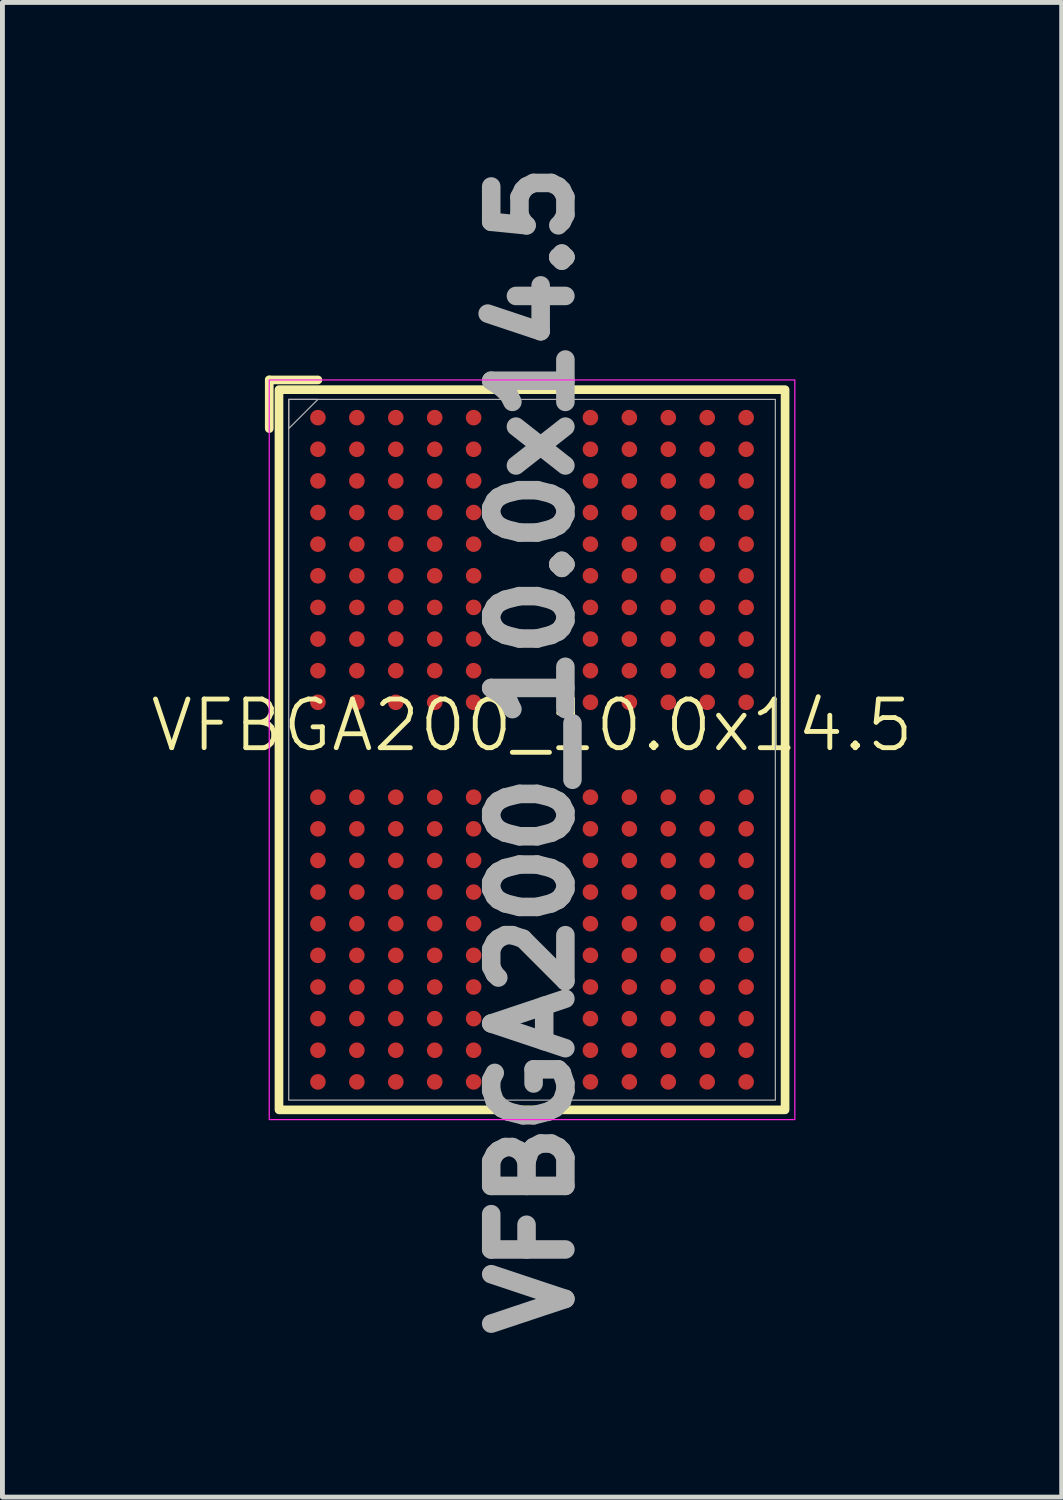
<source format=kicad_pcb>
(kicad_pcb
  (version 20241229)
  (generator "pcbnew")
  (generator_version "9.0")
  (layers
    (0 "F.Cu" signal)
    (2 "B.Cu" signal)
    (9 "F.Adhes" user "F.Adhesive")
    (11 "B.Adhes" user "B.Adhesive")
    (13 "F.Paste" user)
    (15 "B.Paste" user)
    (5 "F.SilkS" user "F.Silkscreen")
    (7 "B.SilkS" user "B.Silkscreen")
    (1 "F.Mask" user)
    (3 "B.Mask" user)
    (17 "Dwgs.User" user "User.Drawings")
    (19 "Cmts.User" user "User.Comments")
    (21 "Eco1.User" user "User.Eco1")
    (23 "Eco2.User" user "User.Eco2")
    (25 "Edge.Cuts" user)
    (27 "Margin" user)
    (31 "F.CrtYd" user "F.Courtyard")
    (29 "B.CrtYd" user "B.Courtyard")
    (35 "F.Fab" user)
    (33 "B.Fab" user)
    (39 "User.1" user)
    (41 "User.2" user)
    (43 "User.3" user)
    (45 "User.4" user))
  (footprint "VFBGA200_10.0x14.5"
    (layer "F.Cu")
    (at 7.883 12.357)
    (property "Reference" "VFBGA200_10.0x14.5" (at 0 -0.5 0) (unlocked yes) (layer "F.SilkS") (effects (font (size 1 1) (thickness 0.1))))
    (attr smd)
    (fp_line (start -5.4 -7.6) (end -5.4 -6.6) (stroke (width 0.178) (type default)) (layer "F.SilkS"))
    (fp_line (start -5.4 -7.6) (end -4.4 -7.6) (stroke (width 0.178) (type default)) (layer "F.SilkS"))
    (fp_rect (start -5.2 -7.4) (end 5.2 7.4) (stroke (width 0.178) (type default)) (fill no) (layer "F.SilkS"))
    (fp_rect (start -5.4 -7.6) (end 5.4 7.6) (stroke (width 0.025) (type default)) (fill no) (layer "F.CrtYd"))
    (fp_rect (start -5 -7.2) (end 5 7.2) (stroke (width 0.025) (type solid)) (fill no) (layer "F.Fab"))
    (fp_poly (pts (xy -5 -7.2) (xy -5 -6.6) (xy -4.4 -7.2)) (stroke (width 0.025) (type solid)) (fill no) (layer "F.Fab"))
    (fp_text user "${REFERENCE}" (at 0 0 90) (unlocked yes) (layer "F.Fab") (effects (font (size 1.524 1.524) (thickness 0.381) (bold yes))))
    (pad "A1" smd circle (at -4.4 -6.825) (size 0.32 0.32) (layers "F.Cu" "F.Mask" "F.Paste"))
    (pad "A2" smd circle (at -3.6 -6.825) (size 0.32 0.32) (layers "F.Cu" "F.Mask" "F.Paste"))
    (pad "A3" smd circle (at -2.8 -6.825) (size 0.32 0.32) (layers "F.Cu" "F.Mask" "F.Paste"))
    (pad "A4" smd circle (at -2 -6.825) (size 0.32 0.32) (layers "F.Cu" "F.Mask" "F.Paste"))
    (pad "A5" smd circle (at -1.2 -6.825) (size 0.32 0.32) (layers "F.Cu" "F.Mask" "F.Paste"))
    (pad "A8" smd circle (at 1.2 -6.825) (size 0.32 0.32) (layers "F.Cu" "F.Mask" "F.Paste"))
    (pad "A9" smd circle (at 2 -6.825) (size 0.32 0.32) (layers "F.Cu" "F.Mask" "F.Paste"))
    (pad "A10" smd circle (at 2.8 -6.825) (size 0.32 0.32) (layers "F.Cu" "F.Mask" "F.Paste"))
    (pad "A11" smd circle (at 3.6 -6.825) (size 0.32 0.32) (layers "F.Cu" "F.Mask" "F.Paste"))
    (pad "A12" smd circle (at 4.4 -6.825) (size 0.32 0.32) (layers "F.Cu" "F.Mask" "F.Paste"))
    (pad "AA1" smd circle (at -4.4 6.175) (size 0.32 0.32) (layers "F.Cu" "F.Mask" "F.Paste"))
    (pad "AA2" smd circle (at -3.6 6.175) (size 0.32 0.32) (layers "F.Cu" "F.Mask" "F.Paste"))
    (pad "AA3" smd circle (at -2.8 6.175) (size 0.32 0.32) (layers "F.Cu" "F.Mask" "F.Paste"))
    (pad "AA4" smd circle (at -2 6.175) (size 0.32 0.32) (layers "F.Cu" "F.Mask" "F.Paste"))
    (pad "AA5" smd circle (at -1.2 6.175) (size 0.32 0.32) (layers "F.Cu" "F.Mask" "F.Paste"))
    (pad "AA8" smd circle (at 1.2 6.175) (size 0.32 0.32) (layers "F.Cu" "F.Mask" "F.Paste"))
    (pad "AA9" smd circle (at 2 6.175) (size 0.32 0.32) (layers "F.Cu" "F.Mask" "F.Paste"))
    (pad "AA10" smd circle (at 2.8 6.175) (size 0.32 0.32) (layers "F.Cu" "F.Mask" "F.Paste"))
    (pad "AA11" smd circle (at 3.6 6.175) (size 0.32 0.32) (layers "F.Cu" "F.Mask" "F.Paste"))
    (pad "AA12" smd circle (at 4.4 6.175) (size 0.32 0.32) (layers "F.Cu" "F.Mask" "F.Paste"))
    (pad "AB1" smd circle (at -4.4 6.825) (size 0.32 0.32) (layers "F.Cu" "F.Mask" "F.Paste"))
    (pad "AB2" smd circle (at -3.6 6.825) (size 0.32 0.32) (layers "F.Cu" "F.Mask" "F.Paste"))
    (pad "AB3" smd circle (at -2.8 6.825) (size 0.32 0.32) (layers "F.Cu" "F.Mask" "F.Paste"))
    (pad "AB4" smd circle (at -2 6.825) (size 0.32 0.32) (layers "F.Cu" "F.Mask" "F.Paste"))
    (pad "AB5" smd circle (at -1.2 6.825) (size 0.32 0.32) (layers "F.Cu" "F.Mask" "F.Paste"))
    (pad "AB8" smd circle (at 1.2 6.825) (size 0.32 0.32) (layers "F.Cu" "F.Mask" "F.Paste"))
    (pad "AB9" smd circle (at 2 6.825) (size 0.32 0.32) (layers "F.Cu" "F.Mask" "F.Paste"))
    (pad "AB10" smd circle (at 2.8 6.825) (size 0.32 0.32) (layers "F.Cu" "F.Mask" "F.Paste"))
    (pad "AB11" smd circle (at 3.6 6.825) (size 0.32 0.32) (layers "F.Cu" "F.Mask" "F.Paste"))
    (pad "AB12" smd circle (at 4.4 6.825) (size 0.32 0.32) (layers "F.Cu" "F.Mask" "F.Paste"))
    (pad "B1" smd circle (at -4.4 -6.175) (size 0.32 0.32) (layers "F.Cu" "F.Mask" "F.Paste"))
    (pad "B2" smd circle (at -3.6 -6.175) (size 0.32 0.32) (layers "F.Cu" "F.Mask" "F.Paste"))
    (pad "B3" smd circle (at -2.8 -6.175) (size 0.32 0.32) (layers "F.Cu" "F.Mask" "F.Paste"))
    (pad "B4" smd circle (at -2 -6.175) (size 0.32 0.32) (layers "F.Cu" "F.Mask" "F.Paste"))
    (pad "B5" smd circle (at -1.2 -6.175) (size 0.32 0.32) (layers "F.Cu" "F.Mask" "F.Paste"))
    (pad "B8" smd circle (at 1.2 -6.175) (size 0.32 0.32) (layers "F.Cu" "F.Mask" "F.Paste"))
    (pad "B9" smd circle (at 2 -6.175) (size 0.32 0.32) (layers "F.Cu" "F.Mask" "F.Paste"))
    (pad "B10" smd circle (at 2.8 -6.175) (size 0.32 0.32) (layers "F.Cu" "F.Mask" "F.Paste"))
    (pad "B11" smd circle (at 3.6 -6.175) (size 0.32 0.32) (layers "F.Cu" "F.Mask" "F.Paste"))
    (pad "B12" smd circle (at 4.4 -6.175) (size 0.32 0.32) (layers "F.Cu" "F.Mask" "F.Paste"))
    (pad "C1" smd circle (at -4.4 -5.525) (size 0.32 0.32) (layers "F.Cu" "F.Mask" "F.Paste"))
    (pad "C2" smd circle (at -3.6 -5.525) (size 0.32 0.32) (layers "F.Cu" "F.Mask" "F.Paste"))
    (pad "C3" smd circle (at -2.8 -5.525) (size 0.32 0.32) (layers "F.Cu" "F.Mask" "F.Paste"))
    (pad "C4" smd circle (at -2 -5.525) (size 0.32 0.32) (layers "F.Cu" "F.Mask" "F.Paste"))
    (pad "C5" smd circle (at -1.2 -5.525) (size 0.32 0.32) (layers "F.Cu" "F.Mask" "F.Paste"))
    (pad "C8" smd circle (at 1.2 -5.525) (size 0.32 0.32) (layers "F.Cu" "F.Mask" "F.Paste"))
    (pad "C9" smd circle (at 2 -5.525) (size 0.32 0.32) (layers "F.Cu" "F.Mask" "F.Paste"))
    (pad "C10" smd circle (at 2.8 -5.525) (size 0.32 0.32) (layers "F.Cu" "F.Mask" "F.Paste"))
    (pad "C11" smd circle (at 3.6 -5.525) (size 0.32 0.32) (layers "F.Cu" "F.Mask" "F.Paste"))
    (pad "C12" smd circle (at 4.4 -5.525) (size 0.32 0.32) (layers "F.Cu" "F.Mask" "F.Paste"))
    (pad "D1" smd circle (at -4.4 -4.875) (size 0.32 0.32) (layers "F.Cu" "F.Mask" "F.Paste"))
    (pad "D2" smd circle (at -3.6 -4.875) (size 0.32 0.32) (layers "F.Cu" "F.Mask" "F.Paste"))
    (pad "D3" smd circle (at -2.8 -4.875) (size 0.32 0.32) (layers "F.Cu" "F.Mask" "F.Paste"))
    (pad "D4" smd circle (at -2 -4.875) (size 0.32 0.32) (layers "F.Cu" "F.Mask" "F.Paste"))
    (pad "D5" smd circle (at -1.2 -4.875) (size 0.32 0.32) (layers "F.Cu" "F.Mask" "F.Paste"))
    (pad "D8" smd circle (at 1.2 -4.875) (size 0.32 0.32) (layers "F.Cu" "F.Mask" "F.Paste"))
    (pad "D9" smd circle (at 2 -4.875) (size 0.32 0.32) (layers "F.Cu" "F.Mask" "F.Paste"))
    (pad "D10" smd circle (at 2.8 -4.875) (size 0.32 0.32) (layers "F.Cu" "F.Mask" "F.Paste"))
    (pad "D11" smd circle (at 3.6 -4.875) (size 0.32 0.32) (layers "F.Cu" "F.Mask" "F.Paste"))
    (pad "D12" smd circle (at 4.4 -4.875) (size 0.32 0.32) (layers "F.Cu" "F.Mask" "F.Paste"))
    (pad "E1" smd circle (at -4.4 -4.225) (size 0.32 0.32) (layers "F.Cu" "F.Mask" "F.Paste"))
    (pad "E2" smd circle (at -3.6 -4.225) (size 0.32 0.32) (layers "F.Cu" "F.Mask" "F.Paste"))
    (pad "E3" smd circle (at -2.8 -4.225) (size 0.32 0.32) (layers "F.Cu" "F.Mask" "F.Paste"))
    (pad "E4" smd circle (at -2 -4.225) (size 0.32 0.32) (layers "F.Cu" "F.Mask" "F.Paste"))
    (pad "E5" smd circle (at -1.2 -4.225) (size 0.32 0.32) (layers "F.Cu" "F.Mask" "F.Paste"))
    (pad "E8" smd circle (at 1.2 -4.225) (size 0.32 0.32) (layers "F.Cu" "F.Mask" "F.Paste"))
    (pad "E9" smd circle (at 2 -4.225) (size 0.32 0.32) (layers "F.Cu" "F.Mask" "F.Paste"))
    (pad "E10" smd circle (at 2.8 -4.225) (size 0.32 0.32) (layers "F.Cu" "F.Mask" "F.Paste"))
    (pad "E11" smd circle (at 3.6 -4.225) (size 0.32 0.32) (layers "F.Cu" "F.Mask" "F.Paste"))
    (pad "E12" smd circle (at 4.4 -4.225) (size 0.32 0.32) (layers "F.Cu" "F.Mask" "F.Paste"))
    (pad "F1" smd circle (at -4.4 -3.575) (size 0.32 0.32) (layers "F.Cu" "F.Mask" "F.Paste"))
    (pad "F2" smd circle (at -3.6 -3.575) (size 0.32 0.32) (layers "F.Cu" "F.Mask" "F.Paste"))
    (pad "F3" smd circle (at -2.8 -3.575) (size 0.32 0.32) (layers "F.Cu" "F.Mask" "F.Paste"))
    (pad "F4" smd circle (at -2 -3.575) (size 0.32 0.32) (layers "F.Cu" "F.Mask" "F.Paste"))
    (pad "F5" smd circle (at -1.2 -3.575) (size 0.32 0.32) (layers "F.Cu" "F.Mask" "F.Paste"))
    (pad "F8" smd circle (at 1.2 -3.575) (size 0.32 0.32) (layers "F.Cu" "F.Mask" "F.Paste"))
    (pad "F9" smd circle (at 2 -3.575) (size 0.32 0.32) (layers "F.Cu" "F.Mask" "F.Paste"))
    (pad "F10" smd circle (at 2.8 -3.575) (size 0.32 0.32) (layers "F.Cu" "F.Mask" "F.Paste"))
    (pad "F11" smd circle (at 3.6 -3.575) (size 0.32 0.32) (layers "F.Cu" "F.Mask" "F.Paste"))
    (pad "F12" smd circle (at 4.4 -3.575) (size 0.32 0.32) (layers "F.Cu" "F.Mask" "F.Paste"))
    (pad "G1" smd circle (at -4.4 -2.925) (size 0.32 0.32) (layers "F.Cu" "F.Mask" "F.Paste"))
    (pad "G2" smd circle (at -3.6 -2.925) (size 0.32 0.32) (layers "F.Cu" "F.Mask" "F.Paste"))
    (pad "G3" smd circle (at -2.8 -2.925) (size 0.32 0.32) (layers "F.Cu" "F.Mask" "F.Paste"))
    (pad "G4" smd circle (at -2 -2.925) (size 0.32 0.32) (layers "F.Cu" "F.Mask" "F.Paste"))
    (pad "G5" smd circle (at -1.2 -2.925) (size 0.32 0.32) (layers "F.Cu" "F.Mask" "F.Paste"))
    (pad "G8" smd circle (at 1.2 -2.925) (size 0.32 0.32) (layers "F.Cu" "F.Mask" "F.Paste"))
    (pad "G9" smd circle (at 2 -2.925) (size 0.32 0.32) (layers "F.Cu" "F.Mask" "F.Paste"))
    (pad "G10" smd circle (at 2.8 -2.925) (size 0.32 0.32) (layers "F.Cu" "F.Mask" "F.Paste"))
    (pad "G11" smd circle (at 3.6 -2.925) (size 0.32 0.32) (layers "F.Cu" "F.Mask" "F.Paste"))
    (pad "G12" smd circle (at 4.4 -2.925) (size 0.32 0.32) (layers "F.Cu" "F.Mask" "F.Paste"))
    (pad "H1" smd circle (at -4.4 -2.275) (size 0.32 0.32) (layers "F.Cu" "F.Mask" "F.Paste"))
    (pad "H2" smd circle (at -3.6 -2.275) (size 0.32 0.32) (layers "F.Cu" "F.Mask" "F.Paste"))
    (pad "H3" smd circle (at -2.8 -2.275) (size 0.32 0.32) (layers "F.Cu" "F.Mask" "F.Paste"))
    (pad "H4" smd circle (at -2 -2.275) (size 0.32 0.32) (layers "F.Cu" "F.Mask" "F.Paste"))
    (pad "H5" smd circle (at -1.2 -2.275) (size 0.32 0.32) (layers "F.Cu" "F.Mask" "F.Paste"))
    (pad "H8" smd circle (at 1.2 -2.275) (size 0.32 0.32) (layers "F.Cu" "F.Mask" "F.Paste"))
    (pad "H9" smd circle (at 2 -2.275) (size 0.32 0.32) (layers "F.Cu" "F.Mask" "F.Paste"))
    (pad "H10" smd circle (at 2.8 -2.275) (size 0.32 0.32) (layers "F.Cu" "F.Mask" "F.Paste"))
    (pad "H11" smd circle (at 3.6 -2.275) (size 0.32 0.32) (layers "F.Cu" "F.Mask" "F.Paste"))
    (pad "H12" smd circle (at 4.4 -2.275) (size 0.32 0.32) (layers "F.Cu" "F.Mask" "F.Paste"))
    (pad "J1" smd circle (at -4.4 -1.625) (size 0.32 0.32) (layers "F.Cu" "F.Mask" "F.Paste"))
    (pad "J2" smd circle (at -3.6 -1.625) (size 0.32 0.32) (layers "F.Cu" "F.Mask" "F.Paste"))
    (pad "J3" smd circle (at -2.8 -1.625) (size 0.32 0.32) (layers "F.Cu" "F.Mask" "F.Paste"))
    (pad "J4" smd circle (at -2 -1.625) (size 0.32 0.32) (layers "F.Cu" "F.Mask" "F.Paste"))
    (pad "J5" smd circle (at -1.2 -1.625) (size 0.32 0.32) (layers "F.Cu" "F.Mask" "F.Paste"))
    (pad "J8" smd circle (at 1.2 -1.625) (size 0.32 0.32) (layers "F.Cu" "F.Mask" "F.Paste"))
    (pad "J9" smd circle (at 2 -1.625) (size 0.32 0.32) (layers "F.Cu" "F.Mask" "F.Paste"))
    (pad "J10" smd circle (at 2.8 -1.625) (size 0.32 0.32) (layers "F.Cu" "F.Mask" "F.Paste"))
    (pad "J11" smd circle (at 3.6 -1.625) (size 0.32 0.32) (layers "F.Cu" "F.Mask" "F.Paste"))
    (pad "J12" smd circle (at 4.4 -1.625) (size 0.32 0.32) (layers "F.Cu" "F.Mask" "F.Paste"))
    (pad "K1" smd circle (at -4.4 -0.975) (size 0.32 0.32) (layers "F.Cu" "F.Mask" "F.Paste"))
    (pad "K2" smd circle (at -3.6 -0.975) (size 0.32 0.32) (layers "F.Cu" "F.Mask" "F.Paste"))
    (pad "K3" smd circle (at -2.8 -0.975) (size 0.32 0.32) (layers "F.Cu" "F.Mask" "F.Paste"))
    (pad "K4" smd circle (at -2 -0.975) (size 0.32 0.32) (layers "F.Cu" "F.Mask" "F.Paste"))
    (pad "K5" smd circle (at -1.2 -0.975) (size 0.32 0.32) (layers "F.Cu" "F.Mask" "F.Paste"))
    (pad "K8" smd circle (at 1.2 -0.975) (size 0.32 0.32) (layers "F.Cu" "F.Mask" "F.Paste"))
    (pad "K9" smd circle (at 2 -0.975) (size 0.32 0.32) (layers "F.Cu" "F.Mask" "F.Paste"))
    (pad "K10" smd circle (at 2.8 -0.975) (size 0.32 0.32) (layers "F.Cu" "F.Mask" "F.Paste"))
    (pad "K11" smd circle (at 3.6 -0.975) (size 0.32 0.32) (layers "F.Cu" "F.Mask" "F.Paste"))
    (pad "K12" smd circle (at 4.4 -0.975) (size 0.32 0.32) (layers "F.Cu" "F.Mask" "F.Paste"))
    (pad "N1" smd circle (at -4.4 0.975) (size 0.32 0.32) (layers "F.Cu" "F.Mask" "F.Paste"))
    (pad "N2" smd circle (at -3.6 0.975) (size 0.32 0.32) (layers "F.Cu" "F.Mask" "F.Paste"))
    (pad "N3" smd circle (at -2.8 0.975) (size 0.32 0.32) (layers "F.Cu" "F.Mask" "F.Paste"))
    (pad "N4" smd circle (at -2 0.975) (size 0.32 0.32) (layers "F.Cu" "F.Mask" "F.Paste"))
    (pad "N5" smd circle (at -1.2 0.975) (size 0.32 0.32) (layers "F.Cu" "F.Mask" "F.Paste"))
    (pad "N8" smd circle (at 1.2 0.975) (size 0.32 0.32) (layers "F.Cu" "F.Mask" "F.Paste"))
    (pad "N9" smd circle (at 2 0.975) (size 0.32 0.32) (layers "F.Cu" "F.Mask" "F.Paste"))
    (pad "N10" smd circle (at 2.8 0.975) (size 0.32 0.32) (layers "F.Cu" "F.Mask" "F.Paste"))
    (pad "N11" smd circle (at 3.6 0.975) (size 0.32 0.32) (layers "F.Cu" "F.Mask" "F.Paste"))
    (pad "N12" smd circle (at 4.4 0.975) (size 0.32 0.32) (layers "F.Cu" "F.Mask" "F.Paste"))
    (pad "P1" smd circle (at -4.4 1.625) (size 0.32 0.32) (layers "F.Cu" "F.Mask" "F.Paste"))
    (pad "P2" smd circle (at -3.6 1.625) (size 0.32 0.32) (layers "F.Cu" "F.Mask" "F.Paste"))
    (pad "P3" smd circle (at -2.8 1.625) (size 0.32 0.32) (layers "F.Cu" "F.Mask" "F.Paste"))
    (pad "P4" smd circle (at -2 1.625) (size 0.32 0.32) (layers "F.Cu" "F.Mask" "F.Paste"))
    (pad "P5" smd circle (at -1.2 1.625) (size 0.32 0.32) (layers "F.Cu" "F.Mask" "F.Paste"))
    (pad "P8" smd circle (at 1.2 1.625) (size 0.32 0.32) (layers "F.Cu" "F.Mask" "F.Paste"))
    (pad "P9" smd circle (at 2 1.625) (size 0.32 0.32) (layers "F.Cu" "F.Mask" "F.Paste"))
    (pad "P10" smd circle (at 2.8 1.625) (size 0.32 0.32) (layers "F.Cu" "F.Mask" "F.Paste"))
    (pad "P11" smd circle (at 3.6 1.625) (size 0.32 0.32) (layers "F.Cu" "F.Mask" "F.Paste"))
    (pad "P12" smd circle (at 4.4 1.625) (size 0.32 0.32) (layers "F.Cu" "F.Mask" "F.Paste"))
    (pad "R1" smd circle (at -4.4 2.275) (size 0.32 0.32) (layers "F.Cu" "F.Mask" "F.Paste"))
    (pad "R2" smd circle (at -3.6 2.275) (size 0.32 0.32) (layers "F.Cu" "F.Mask" "F.Paste"))
    (pad "R3" smd circle (at -2.8 2.275) (size 0.32 0.32) (layers "F.Cu" "F.Mask" "F.Paste"))
    (pad "R4" smd circle (at -2 2.275) (size 0.32 0.32) (layers "F.Cu" "F.Mask" "F.Paste"))
    (pad "R5" smd circle (at -1.2 2.275) (size 0.32 0.32) (layers "F.Cu" "F.Mask" "F.Paste"))
    (pad "R8" smd circle (at 1.2 2.275) (size 0.32 0.32) (layers "F.Cu" "F.Mask" "F.Paste"))
    (pad "R9" smd circle (at 2 2.275) (size 0.32 0.32) (layers "F.Cu" "F.Mask" "F.Paste"))
    (pad "R10" smd circle (at 2.8 2.275) (size 0.32 0.32) (layers "F.Cu" "F.Mask" "F.Paste"))
    (pad "R11" smd circle (at 3.6 2.275) (size 0.32 0.32) (layers "F.Cu" "F.Mask" "F.Paste"))
    (pad "R12" smd circle (at 4.4 2.275) (size 0.32 0.32) (layers "F.Cu" "F.Mask" "F.Paste"))
    (pad "T1" smd circle (at -4.4 2.925) (size 0.32 0.32) (layers "F.Cu" "F.Mask" "F.Paste"))
    (pad "T2" smd circle (at -3.6 2.925) (size 0.32 0.32) (layers "F.Cu" "F.Mask" "F.Paste"))
    (pad "T3" smd circle (at -2.8 2.925) (size 0.32 0.32) (layers "F.Cu" "F.Mask" "F.Paste"))
    (pad "T4" smd circle (at -2 2.925) (size 0.32 0.32) (layers "F.Cu" "F.Mask" "F.Paste"))
    (pad "T5" smd circle (at -1.2 2.925) (size 0.32 0.32) (layers "F.Cu" "F.Mask" "F.Paste"))
    (pad "T8" smd circle (at 1.2 2.925) (size 0.32 0.32) (layers "F.Cu" "F.Mask" "F.Paste"))
    (pad "T9" smd circle (at 2 2.925) (size 0.32 0.32) (layers "F.Cu" "F.Mask" "F.Paste"))
    (pad "T10" smd circle (at 2.8 2.925) (size 0.32 0.32) (layers "F.Cu" "F.Mask" "F.Paste"))
    (pad "T11" smd circle (at 3.6 2.925) (size 0.32 0.32) (layers "F.Cu" "F.Mask" "F.Paste"))
    (pad "T12" smd circle (at 4.4 2.925) (size 0.32 0.32) (layers "F.Cu" "F.Mask" "F.Paste"))
    (pad "U1" smd circle (at -4.4 3.575) (size 0.32 0.32) (layers "F.Cu" "F.Mask" "F.Paste"))
    (pad "U2" smd circle (at -3.6 3.575) (size 0.32 0.32) (layers "F.Cu" "F.Mask" "F.Paste"))
    (pad "U3" smd circle (at -2.8 3.575) (size 0.32 0.32) (layers "F.Cu" "F.Mask" "F.Paste"))
    (pad "U4" smd circle (at -2 3.575) (size 0.32 0.32) (layers "F.Cu" "F.Mask" "F.Paste"))
    (pad "U5" smd circle (at -1.2 3.575) (size 0.32 0.32) (layers "F.Cu" "F.Mask" "F.Paste"))
    (pad "U8" smd circle (at 1.2 3.575) (size 0.32 0.32) (layers "F.Cu" "F.Mask" "F.Paste"))
    (pad "U9" smd circle (at 2 3.575) (size 0.32 0.32) (layers "F.Cu" "F.Mask" "F.Paste"))
    (pad "U10" smd circle (at 2.8 3.575) (size 0.32 0.32) (layers "F.Cu" "F.Mask" "F.Paste"))
    (pad "U11" smd circle (at 3.6 3.575) (size 0.32 0.32) (layers "F.Cu" "F.Mask" "F.Paste"))
    (pad "U12" smd circle (at 4.4 3.575) (size 0.32 0.32) (layers "F.Cu" "F.Mask" "F.Paste"))
    (pad "V1" smd circle (at -4.4 4.225) (size 0.32 0.32) (layers "F.Cu" "F.Mask" "F.Paste"))
    (pad "V2" smd circle (at -3.6 4.225) (size 0.32 0.32) (layers "F.Cu" "F.Mask" "F.Paste"))
    (pad "V3" smd circle (at -2.8 4.225) (size 0.32 0.32) (layers "F.Cu" "F.Mask" "F.Paste"))
    (pad "V4" smd circle (at -2 4.225) (size 0.32 0.32) (layers "F.Cu" "F.Mask" "F.Paste"))
    (pad "V5" smd circle (at -1.2 4.225) (size 0.32 0.32) (layers "F.Cu" "F.Mask" "F.Paste"))
    (pad "V8" smd circle (at 1.2 4.225) (size 0.32 0.32) (layers "F.Cu" "F.Mask" "F.Paste"))
    (pad "V9" smd circle (at 2 4.225) (size 0.32 0.32) (layers "F.Cu" "F.Mask" "F.Paste"))
    (pad "V10" smd circle (at 2.8 4.225) (size 0.32 0.32) (layers "F.Cu" "F.Mask" "F.Paste"))
    (pad "V11" smd circle (at 3.6 4.225) (size 0.32 0.32) (layers "F.Cu" "F.Mask" "F.Paste"))
    (pad "V12" smd circle (at 4.4 4.225) (size 0.32 0.32) (layers "F.Cu" "F.Mask" "F.Paste"))
    (pad "W1" smd circle (at -4.4 4.875) (size 0.32 0.32) (layers "F.Cu" "F.Mask" "F.Paste"))
    (pad "W2" smd circle (at -3.6 4.875) (size 0.32 0.32) (layers "F.Cu" "F.Mask" "F.Paste"))
    (pad "W3" smd circle (at -2.8 4.875) (size 0.32 0.32) (layers "F.Cu" "F.Mask" "F.Paste"))
    (pad "W4" smd circle (at -2 4.875) (size 0.32 0.32) (layers "F.Cu" "F.Mask" "F.Paste"))
    (pad "W5" smd circle (at -1.2 4.875) (size 0.32 0.32) (layers "F.Cu" "F.Mask" "F.Paste"))
    (pad "W8" smd circle (at 1.2 4.875) (size 0.32 0.32) (layers "F.Cu" "F.Mask" "F.Paste"))
    (pad "W9" smd circle (at 2 4.875) (size 0.32 0.32) (layers "F.Cu" "F.Mask" "F.Paste"))
    (pad "W10" smd circle (at 2.8 4.875) (size 0.32 0.32) (layers "F.Cu" "F.Mask" "F.Paste"))
    (pad "W11" smd circle (at 3.6 4.875) (size 0.32 0.32) (layers "F.Cu" "F.Mask" "F.Paste"))
    (pad "W12" smd circle (at 4.4 4.875) (size 0.32 0.32) (layers "F.Cu" "F.Mask" "F.Paste"))
    (pad "Y1" smd circle (at -4.4 5.525) (size 0.32 0.32) (layers "F.Cu" "F.Mask" "F.Paste"))
    (pad "Y2" smd circle (at -3.6 5.525) (size 0.32 0.32) (layers "F.Cu" "F.Mask" "F.Paste"))
    (pad "Y3" smd circle (at -2.8 5.525) (size 0.32 0.32) (layers "F.Cu" "F.Mask" "F.Paste"))
    (pad "Y4" smd circle (at -2 5.525) (size 0.32 0.32) (layers "F.Cu" "F.Mask" "F.Paste"))
    (pad "Y5" smd circle (at -1.2 5.525) (size 0.32 0.32) (layers "F.Cu" "F.Mask" "F.Paste"))
    (pad "Y8" smd circle (at 1.2 5.525) (size 0.32 0.32) (layers "F.Cu" "F.Mask" "F.Paste"))
    (pad "Y9" smd circle (at 2 5.525) (size 0.32 0.32) (layers "F.Cu" "F.Mask" "F.Paste"))
    (pad "Y10" smd circle (at 2.8 5.525) (size 0.32 0.32) (layers "F.Cu" "F.Mask" "F.Paste"))
    (pad "Y11" smd circle (at 3.6 5.525) (size 0.32 0.32) (layers "F.Cu" "F.Mask" "F.Paste"))
    (pad "Y12" smd circle (at 4.4 5.525) (size 0.32 0.32) (layers "F.Cu" "F.Mask" "F.Paste")))
  (gr_rect
    (start -3 -3)
    (end 18.767 27.714)
    (stroke (width 0.1) (type default))
    (fill no)
    (layer "Edge.Cuts")))
</source>
